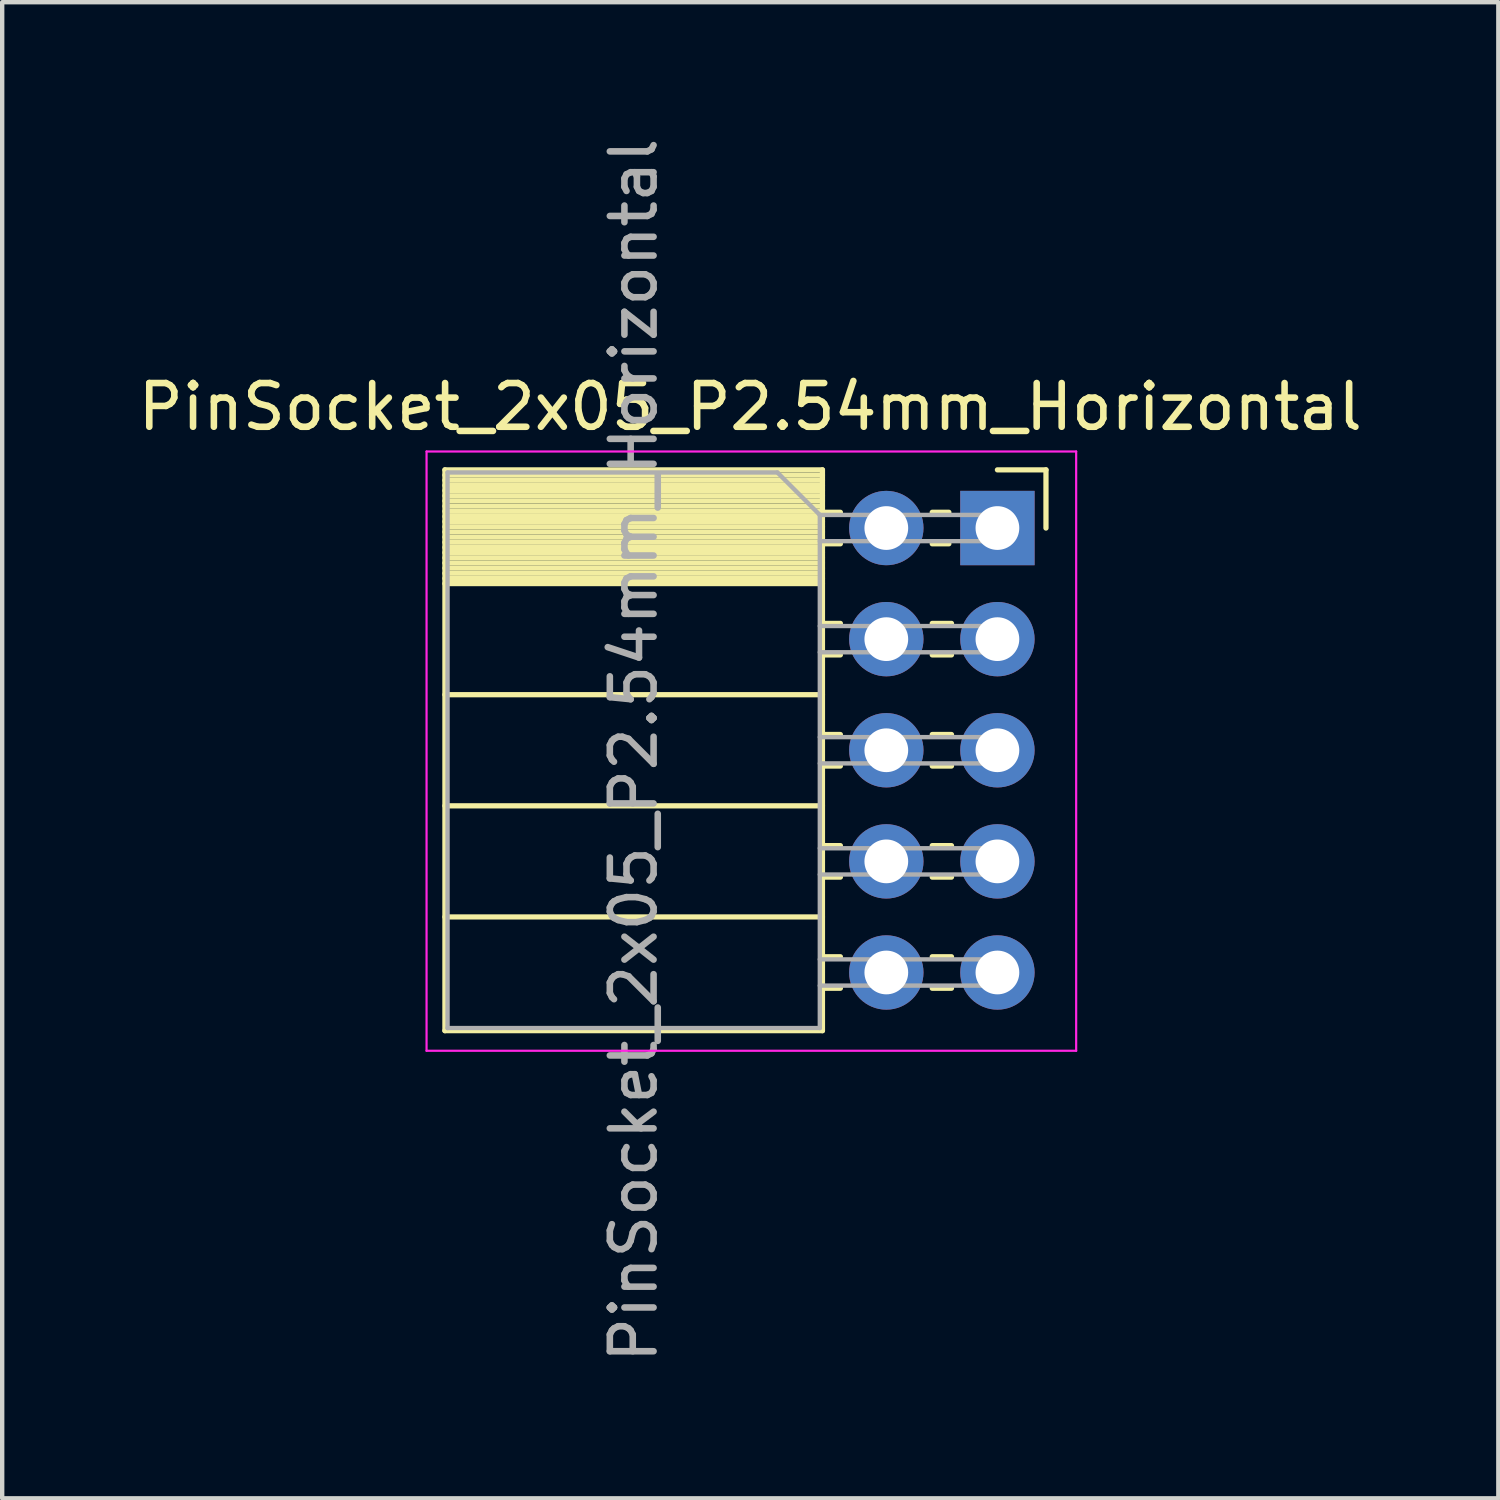
<source format=kicad_pcb>
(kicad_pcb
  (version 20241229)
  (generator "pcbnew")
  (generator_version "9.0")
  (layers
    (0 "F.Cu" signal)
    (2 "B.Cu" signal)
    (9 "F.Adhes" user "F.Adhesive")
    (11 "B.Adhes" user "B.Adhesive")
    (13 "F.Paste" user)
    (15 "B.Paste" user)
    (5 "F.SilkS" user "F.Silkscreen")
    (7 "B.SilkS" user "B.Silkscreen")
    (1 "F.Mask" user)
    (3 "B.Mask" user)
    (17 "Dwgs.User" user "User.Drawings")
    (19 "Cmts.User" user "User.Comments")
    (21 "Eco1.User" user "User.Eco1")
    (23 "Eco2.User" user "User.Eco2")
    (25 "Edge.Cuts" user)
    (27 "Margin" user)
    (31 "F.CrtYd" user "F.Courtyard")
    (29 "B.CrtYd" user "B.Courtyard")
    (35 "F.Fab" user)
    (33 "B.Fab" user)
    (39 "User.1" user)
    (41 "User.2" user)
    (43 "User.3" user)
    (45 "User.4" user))
  (footprint "PinSocket_2x05_P2.54mm_Horizontal"
    (layer "F.Cu")
    (at 19.751 9.021)
    (property "Reference" "PinSocket_2x05_P2.54mm_Horizontal" (at -5.65 -2.77 0) (layer "F.SilkS") (effects (font (size 1 1) (thickness 0.15))))
    (attr through_hole)
    (fp_line (start -12.63 -1.33) (end -12.63 11.49) (stroke (width 0.12) (type solid)) (layer "F.SilkS"))
    (fp_line (start -12.63 -1.33) (end -4 -1.33) (stroke (width 0.12) (type solid)) (layer "F.SilkS"))
    (fp_line (start -12.63 -1.21) (end -4 -1.21) (stroke (width 0.12) (type solid)) (layer "F.SilkS"))
    (fp_line (start -12.63 -1.092) (end -4 -1.092) (stroke (width 0.12) (type solid)) (layer "F.SilkS"))
    (fp_line (start -12.63 -0.974) (end -4 -0.974) (stroke (width 0.12) (type solid)) (layer "F.SilkS"))
    (fp_line (start -12.63 -0.856) (end -4 -0.856) (stroke (width 0.12) (type solid)) (layer "F.SilkS"))
    (fp_line (start -12.63 -0.738) (end -4 -0.738) (stroke (width 0.12) (type solid)) (layer "F.SilkS"))
    (fp_line (start -12.63 -0.62) (end -4 -0.62) (stroke (width 0.12) (type solid)) (layer "F.SilkS"))
    (fp_line (start -12.63 -0.501) (end -4 -0.501) (stroke (width 0.12) (type solid)) (layer "F.SilkS"))
    (fp_line (start -12.63 -0.383) (end -4 -0.383) (stroke (width 0.12) (type solid)) (layer "F.SilkS"))
    (fp_line (start -12.63 -0.265) (end -4 -0.265) (stroke (width 0.12) (type solid)) (layer "F.SilkS"))
    (fp_line (start -12.63 -0.147) (end -4 -0.147) (stroke (width 0.12) (type solid)) (layer "F.SilkS"))
    (fp_line (start -12.63 -0.029) (end -4 -0.029) (stroke (width 0.12) (type solid)) (layer "F.SilkS"))
    (fp_line (start -12.63 0.089) (end -4 0.089) (stroke (width 0.12) (type solid)) (layer "F.SilkS"))
    (fp_line (start -12.63 0.207) (end -4 0.207) (stroke (width 0.12) (type solid)) (layer "F.SilkS"))
    (fp_line (start -12.63 0.325) (end -4 0.325) (stroke (width 0.12) (type solid)) (layer "F.SilkS"))
    (fp_line (start -12.63 0.443) (end -4 0.443) (stroke (width 0.12) (type solid)) (layer "F.SilkS"))
    (fp_line (start -12.63 0.561) (end -4 0.561) (stroke (width 0.12) (type solid)) (layer "F.SilkS"))
    (fp_line (start -12.63 0.68) (end -4 0.68) (stroke (width 0.12) (type solid)) (layer "F.SilkS"))
    (fp_line (start -12.63 0.798) (end -4 0.798) (stroke (width 0.12) (type solid)) (layer "F.SilkS"))
    (fp_line (start -12.63 0.916) (end -4 0.916) (stroke (width 0.12) (type solid)) (layer "F.SilkS"))
    (fp_line (start -12.63 1.034) (end -4 1.034) (stroke (width 0.12) (type solid)) (layer "F.SilkS"))
    (fp_line (start -12.63 1.152) (end -4 1.152) (stroke (width 0.12) (type solid)) (layer "F.SilkS"))
    (fp_line (start -12.63 1.27) (end -4 1.27) (stroke (width 0.12) (type solid)) (layer "F.SilkS"))
    (fp_line (start -12.63 3.81) (end -4 3.81) (stroke (width 0.12) (type solid)) (layer "F.SilkS"))
    (fp_line (start -12.63 6.35) (end -4 6.35) (stroke (width 0.12) (type solid)) (layer "F.SilkS"))
    (fp_line (start -12.63 8.89) (end -4 8.89) (stroke (width 0.12) (type solid)) (layer "F.SilkS"))
    (fp_line (start -12.63 11.49) (end -4 11.49) (stroke (width 0.12) (type solid)) (layer "F.SilkS"))
    (fp_line (start -4 -1.33) (end -4 11.49) (stroke (width 0.12) (type solid)) (layer "F.SilkS"))
    (fp_line (start -4 -0.36) (end -3.59 -0.36) (stroke (width 0.12) (type solid)) (layer "F.SilkS"))
    (fp_line (start -4 0.36) (end -3.59 0.36) (stroke (width 0.12) (type solid)) (layer "F.SilkS"))
    (fp_line (start -4 2.18) (end -3.59 2.18) (stroke (width 0.12) (type solid)) (layer "F.SilkS"))
    (fp_line (start -4 2.9) (end -3.59 2.9) (stroke (width 0.12) (type solid)) (layer "F.SilkS"))
    (fp_line (start -4 4.72) (end -3.59 4.72) (stroke (width 0.12) (type solid)) (layer "F.SilkS"))
    (fp_line (start -4 5.44) (end -3.59 5.44) (stroke (width 0.12) (type solid)) (layer "F.SilkS"))
    (fp_line (start -4 7.26) (end -3.59 7.26) (stroke (width 0.12) (type solid)) (layer "F.SilkS"))
    (fp_line (start -4 7.98) (end -3.59 7.98) (stroke (width 0.12) (type solid)) (layer "F.SilkS"))
    (fp_line (start -4 9.8) (end -3.59 9.8) (stroke (width 0.12) (type solid)) (layer "F.SilkS"))
    (fp_line (start -4 10.52) (end -3.59 10.52) (stroke (width 0.12) (type solid)) (layer "F.SilkS"))
    (fp_line (start -1.49 -0.36) (end -1.11 -0.36) (stroke (width 0.12) (type solid)) (layer "F.SilkS"))
    (fp_line (start -1.49 0.36) (end -1.11 0.36) (stroke (width 0.12) (type solid)) (layer "F.SilkS"))
    (fp_line (start -1.49 2.18) (end -1.05 2.18) (stroke (width 0.12) (type solid)) (layer "F.SilkS"))
    (fp_line (start -1.49 2.9) (end -1.05 2.9) (stroke (width 0.12) (type solid)) (layer "F.SilkS"))
    (fp_line (start -1.49 4.72) (end -1.05 4.72) (stroke (width 0.12) (type solid)) (layer "F.SilkS"))
    (fp_line (start -1.49 5.44) (end -1.05 5.44) (stroke (width 0.12) (type solid)) (layer "F.SilkS"))
    (fp_line (start -1.49 7.26) (end -1.05 7.26) (stroke (width 0.12) (type solid)) (layer "F.SilkS"))
    (fp_line (start -1.49 7.98) (end -1.05 7.98) (stroke (width 0.12) (type solid)) (layer "F.SilkS"))
    (fp_line (start -1.49 9.8) (end -1.05 9.8) (stroke (width 0.12) (type solid)) (layer "F.SilkS"))
    (fp_line (start -1.49 10.52) (end -1.05 10.52) (stroke (width 0.12) (type solid)) (layer "F.SilkS"))
    (fp_line (start 0 -1.33) (end 1.11 -1.33) (stroke (width 0.12) (type solid)) (layer "F.SilkS"))
    (fp_line (start 1.11 -1.33) (end 1.11 0) (stroke (width 0.12) (type solid)) (layer "F.SilkS"))
    (fp_line (start -13.05 -1.75) (end -13.05 11.95) (stroke (width 0.05) (type solid)) (layer "F.CrtYd"))
    (fp_line (start -13.05 11.95) (end 1.8 11.95) (stroke (width 0.05) (type solid)) (layer "F.CrtYd"))
    (fp_line (start 1.8 -1.75) (end -13.05 -1.75) (stroke (width 0.05) (type solid)) (layer "F.CrtYd"))
    (fp_line (start 1.8 11.95) (end 1.8 -1.75) (stroke (width 0.05) (type solid)) (layer "F.CrtYd"))
    (fp_line (start -12.57 -1.27) (end -5.03 -1.27) (stroke (width 0.1) (type solid)) (layer "F.Fab"))
    (fp_line (start -12.57 11.43) (end -12.57 -1.27) (stroke (width 0.1) (type solid)) (layer "F.Fab"))
    (fp_line (start -5.03 -1.27) (end -4.06 -0.3) (stroke (width 0.1) (type solid)) (layer "F.Fab"))
    (fp_line (start -4.06 -0.3) (end -4.06 11.43) (stroke (width 0.1) (type solid)) (layer "F.Fab"))
    (fp_line (start -4.06 0.3) (end 0 0.3) (stroke (width 0.1) (type solid)) (layer "F.Fab"))
    (fp_line (start -4.06 2.84) (end 0 2.84) (stroke (width 0.1) (type solid)) (layer "F.Fab"))
    (fp_line (start -4.06 5.38) (end 0 5.38) (stroke (width 0.1) (type solid)) (layer "F.Fab"))
    (fp_line (start -4.06 7.92) (end 0 7.92) (stroke (width 0.1) (type solid)) (layer "F.Fab"))
    (fp_line (start -4.06 10.46) (end 0 10.46) (stroke (width 0.1) (type solid)) (layer "F.Fab"))
    (fp_line (start -4.06 11.43) (end -12.57 11.43) (stroke (width 0.1) (type solid)) (layer "F.Fab"))
    (fp_line (start 0 -0.3) (end -4.06 -0.3) (stroke (width 0.1) (type solid)) (layer "F.Fab"))
    (fp_line (start 0 0.3) (end 0 -0.3) (stroke (width 0.1) (type solid)) (layer "F.Fab"))
    (fp_line (start 0 2.24) (end -4.06 2.24) (stroke (width 0.1) (type solid)) (layer "F.Fab"))
    (fp_line (start 0 2.84) (end 0 2.24) (stroke (width 0.1) (type solid)) (layer "F.Fab"))
    (fp_line (start 0 4.78) (end -4.06 4.78) (stroke (width 0.1) (type solid)) (layer "F.Fab"))
    (fp_line (start 0 5.38) (end 0 4.78) (stroke (width 0.1) (type solid)) (layer "F.Fab"))
    (fp_line (start 0 7.32) (end -4.06 7.32) (stroke (width 0.1) (type solid)) (layer "F.Fab"))
    (fp_line (start 0 7.92) (end 0 7.32) (stroke (width 0.1) (type solid)) (layer "F.Fab"))
    (fp_line (start 0 9.86) (end -4.06 9.86) (stroke (width 0.1) (type solid)) (layer "F.Fab"))
    (fp_line (start 0 10.46) (end 0 9.86) (stroke (width 0.1) (type solid)) (layer "F.Fab"))
    (fp_text user "${REFERENCE}" (at -8.315 5.08 90) (layer "F.Fab") (effects (font (size 1 1) (thickness 0.15))))
    (pad "1" thru_hole rect (at 0 0) (size 1.7 1.7) (drill 1) (layers "*.Cu" "*.Mask"))
    (pad "2" thru_hole oval (at -2.54 0) (size 1.7 1.7) (drill 1) (layers "*.Cu" "*.Mask"))
    (pad "3" thru_hole oval (at 0 2.54) (size 1.7 1.7) (drill 1) (layers "*.Cu" "*.Mask"))
    (pad "4" thru_hole oval (at -2.54 2.54) (size 1.7 1.7) (drill 1) (layers "*.Cu" "*.Mask"))
    (pad "5" thru_hole oval (at 0 5.08) (size 1.7 1.7) (drill 1) (layers "*.Cu" "*.Mask"))
    (pad "6" thru_hole oval (at -2.54 5.08) (size 1.7 1.7) (drill 1) (layers "*.Cu" "*.Mask"))
    (pad "7" thru_hole oval (at 0 7.62) (size 1.7 1.7) (drill 1) (layers "*.Cu" "*.Mask"))
    (pad "8" thru_hole oval (at -2.54 7.62) (size 1.7 1.7) (drill 1) (layers "*.Cu" "*.Mask"))
    (pad "9" thru_hole oval (at 0 10.16) (size 1.7 1.7) (drill 1) (layers "*.Cu" "*.Mask"))
    (pad "10" thru_hole oval (at -2.54 10.16) (size 1.7 1.7) (drill 1) (layers "*.Cu" "*.Mask")))
  (gr_rect
    (start -3 -3)
    (end 31.202 31.202)
    (stroke (width 0.1) (type default))
    (fill no)
    (layer "Edge.Cuts")))
</source>
